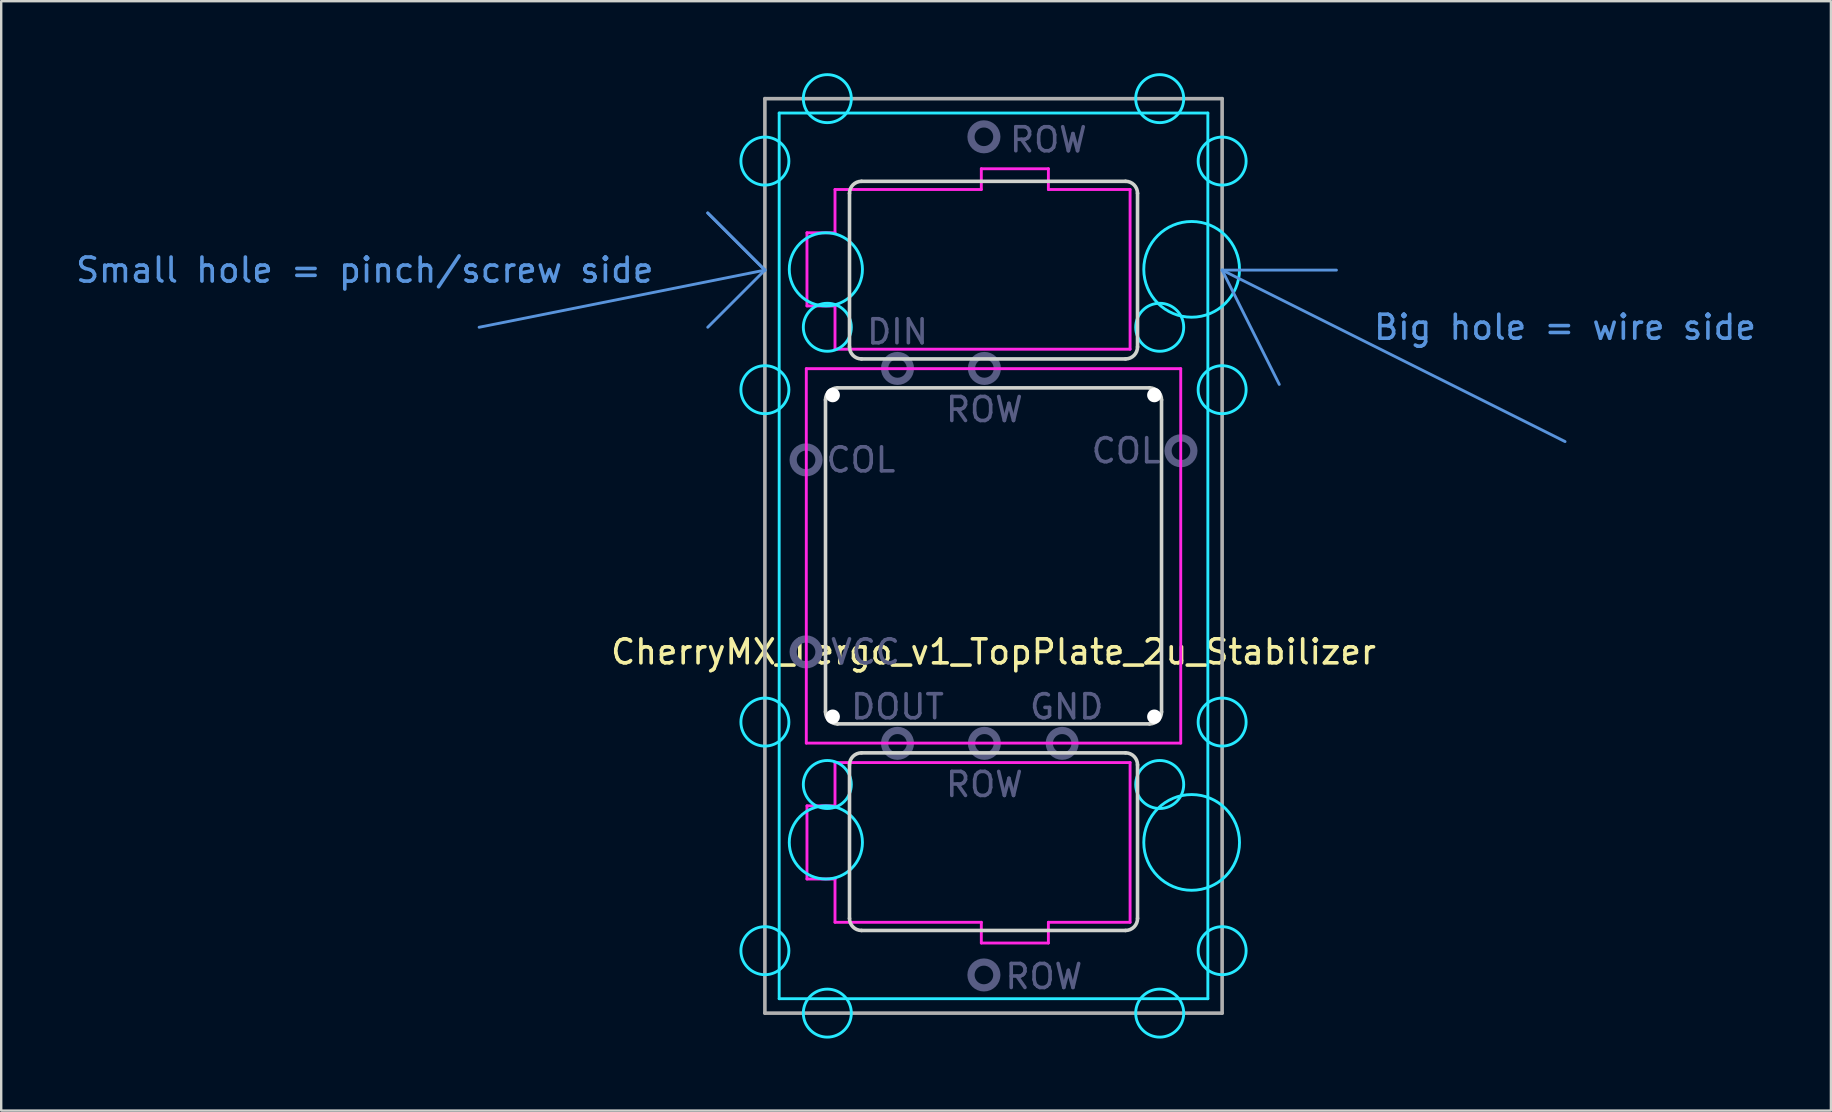
<source format=kicad_pcb>
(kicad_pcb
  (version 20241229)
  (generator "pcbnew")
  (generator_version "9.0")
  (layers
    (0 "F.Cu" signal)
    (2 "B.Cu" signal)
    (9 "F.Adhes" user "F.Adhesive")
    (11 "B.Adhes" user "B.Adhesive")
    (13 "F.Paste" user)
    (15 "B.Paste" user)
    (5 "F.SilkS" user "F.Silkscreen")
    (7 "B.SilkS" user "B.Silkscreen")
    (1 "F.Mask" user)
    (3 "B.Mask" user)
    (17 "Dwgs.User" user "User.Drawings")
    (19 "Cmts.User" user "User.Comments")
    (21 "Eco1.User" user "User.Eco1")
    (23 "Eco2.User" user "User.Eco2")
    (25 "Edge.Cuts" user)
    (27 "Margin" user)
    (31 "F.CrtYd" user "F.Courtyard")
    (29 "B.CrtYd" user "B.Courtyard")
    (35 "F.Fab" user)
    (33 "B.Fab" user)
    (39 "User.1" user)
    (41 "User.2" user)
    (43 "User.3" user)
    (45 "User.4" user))
  (footprint "CherryMX_Lergo_v1_TopPlate_2u_Stabilizer"
    (layer "F.Cu")
    (at 38.343 20.11)
    (property "Reference" "CherryMX_Lergo_v1_TopPlate_2u_Stabilizer" (at 0 4 0) (layer "F.SilkS") (effects (font (size 1 1) (thickness 0.15))))
    (attr through_hole)
    (fp_line (start -21.431 -9.525) (end -9.525 -11.906) (stroke (width 0.12) (type solid)) (layer "Cmts.User"))
    (fp_line (start -11.906 -14.287) (end -9.525 -11.906) (stroke (width 0.12) (type solid)) (layer "Cmts.User"))
    (fp_line (start -9.525 -11.906) (end -11.906 -14.287) (stroke (width 0.12) (type solid)) (layer "Cmts.User"))
    (fp_line (start -9.525 -11.906) (end -11.906 -9.525) (stroke (width 0.12) (type solid)) (layer "Cmts.User"))
    (fp_line (start 9.525 -11.906) (end 11.906 -7.144) (stroke (width 0.12) (type solid)) (layer "Cmts.User"))
    (fp_line (start 9.525 -11.906) (end 14.287 -11.906) (stroke (width 0.12) (type solid)) (layer "Cmts.User"))
    (fp_line (start 9.525 -11.906) (end 23.812 -4.763) (stroke (width 0.12) (type solid)) (layer "Cmts.User"))
    (fp_line (start -8.75 -10.44) (end -8.75 -13.44) (stroke (width 0.12) (type solid)) (layer "Eco1.User"))
    (fp_line (start -8.75 10.44) (end -8.75 13.44) (stroke (width 0.12) (type solid)) (layer "Eco1.User"))
    (fp_line (start -7.5 -13.94) (end -8.25 -13.94) (stroke (width 0.12) (type solid)) (layer "Eco1.User"))
    (fp_line (start -7.5 -9.94) (end -8.25 -9.94) (stroke (width 0.12) (type solid)) (layer "Eco1.User"))
    (fp_line (start -7.5 9.94) (end -8.25 9.94) (stroke (width 0.12) (type solid)) (layer "Eco1.User"))
    (fp_line (start -7.5 13.94) (end -8.25 13.94) (stroke (width 0.12) (type solid)) (layer "Eco1.User"))
    (fp_line (start -7 -16.025) (end -7 -14.44) (stroke (width 0.12) (type solid)) (layer "Eco1.User"))
    (fp_line (start -7 -9.44) (end -7 9.44) (stroke (width 0.12) (type solid)) (layer "Eco1.User"))
    (fp_line (start -7 16.025) (end -7 14.44) (stroke (width 0.12) (type solid)) (layer "Eco1.User"))
    (fp_line (start -6.5 16.525) (end 10.25 16.525) (stroke (width 0.12) (type solid)) (layer "Eco1.User"))
    (fp_line (start 7 6.855) (end 7 -6.855) (stroke (width 0.12) (type solid)) (layer "Eco1.User"))
    (fp_line (start 10.25 -16.525) (end -6.5 -16.525) (stroke (width 0.12) (type solid)) (layer "Eco1.User"))
    (fp_line (start 10.25 -7.355) (end 7.5 -7.355) (stroke (width 0.12) (type solid)) (layer "Eco1.User"))
    (fp_line (start 10.25 7.355) (end 7.5 7.355) (stroke (width 0.12) (type solid)) (layer "Eco1.User"))
    (fp_line (start 10.75 -16.025) (end 10.75 -7.855) (stroke (width 0.12) (type solid)) (layer "Eco1.User"))
    (fp_line (start 10.75 16.025) (end 10.75 7.855) (stroke (width 0.12) (type solid)) (layer "Eco1.User"))
    (fp_arc (start -8.75 -13.44) (mid -8.603553 -13.793553) (end -8.25 -13.94) (stroke (width 0.12) (type solid)) (layer "Eco1.User"))
    (fp_arc (start -8.75 10.44) (mid -8.603553 10.086447) (end -8.25 9.94) (stroke (width 0.12) (type solid)) (layer "Eco1.User"))
    (fp_arc (start -8.25 -9.94) (mid -8.603553 -10.086447) (end -8.75 -10.44) (stroke (width 0.12) (type solid)) (layer "Eco1.User"))
    (fp_arc (start -8.25 13.94) (mid -8.603553 13.793553) (end -8.75 13.44) (stroke (width 0.12) (type solid)) (layer "Eco1.User"))
    (fp_arc (start -7.5 -9.94) (mid -7.146447 -9.793553) (end -7 -9.44) (stroke (width 0.12) (type solid)) (layer "Eco1.User"))
    (fp_arc (start -7.5 13.94) (mid -7.146447 14.086447) (end -7 14.44) (stroke (width 0.12) (type solid)) (layer "Eco1.User"))
    (fp_arc (start -7 -16.025) (mid -6.853553 -16.378553) (end -6.5 -16.525) (stroke (width 0.12) (type solid)) (layer "Eco1.User"))
    (fp_arc (start -7 -14.44) (mid -7.146447 -14.086447) (end -7.5 -13.94) (stroke (width 0.12) (type solid)) (layer "Eco1.User"))
    (fp_arc (start -7 9.44) (mid -7.146447 9.793553) (end -7.5 9.94) (stroke (width 0.12) (type solid)) (layer "Eco1.User"))
    (fp_arc (start -6.5 16.525) (mid -6.853553 16.378553) (end -7 16.025) (stroke (width 0.12) (type solid)) (layer "Eco1.User"))
    (fp_arc (start 7 -6.855) (mid 7.146447 -7.208553) (end 7.5 -7.355) (stroke (width 0.12) (type solid)) (layer "Eco1.User"))
    (fp_arc (start 7.5 7.355) (mid 7.146447 7.208553) (end 7 6.855) (stroke (width 0.12) (type solid)) (layer "Eco1.User"))
    (fp_arc (start 10.25 -16.525) (mid 10.603553 -16.378553) (end 10.75 -16.025) (stroke (width 0.12) (type solid)) (layer "Eco1.User"))
    (fp_arc (start 10.25 7.355) (mid 10.603553 7.501447) (end 10.75 7.855) (stroke (width 0.12) (type solid)) (layer "Eco1.User"))
    (fp_arc (start 10.75 -7.855) (mid 10.603553 -7.501447) (end 10.25 -7.355) (stroke (width 0.12) (type solid)) (layer "Eco1.User"))
    (fp_arc (start 10.75 16.025) (mid 10.603553 16.378553) (end 10.25 16.525) (stroke (width 0.12) (type solid)) (layer "Eco1.User"))
    (fp_line (start -7 -6.5) (end -7 6.5) (stroke (width 0.15) (type solid)) (layer "Edge.Cuts"))
    (fp_line (start -6.5 7) (end 6.5 7) (stroke (width 0.15) (type solid)) (layer "Edge.Cuts"))
    (fp_line (start -6 -15.106) (end -6 -8.706) (stroke (width 0.15) (type solid)) (layer "Edge.Cuts"))
    (fp_line (start -6 8.706) (end -6 15.106) (stroke (width 0.15) (type solid)) (layer "Edge.Cuts"))
    (fp_line (start 5.5 -15.606) (end -5.5 -15.606) (stroke (width 0.15) (type solid)) (layer "Edge.Cuts"))
    (fp_line (start 5.5 -8.206) (end -5.5 -8.206) (stroke (width 0.15) (type solid)) (layer "Edge.Cuts"))
    (fp_line (start 5.5 8.206) (end -5.5 8.206) (stroke (width 0.15) (type solid)) (layer "Edge.Cuts"))
    (fp_line (start 5.5 15.606) (end -5.5 15.606) (stroke (width 0.15) (type solid)) (layer "Edge.Cuts"))
    (fp_line (start 6 -15.106) (end 6 -8.706) (stroke (width 0.15) (type solid)) (layer "Edge.Cuts"))
    (fp_line (start 6 8.706) (end 6 15.106) (stroke (width 0.15) (type solid)) (layer "Edge.Cuts"))
    (fp_line (start 6.5 -7) (end -6.5 -7) (stroke (width 0.15) (type solid)) (layer "Edge.Cuts"))
    (fp_line (start 7 6.5) (end 7 -6.5) (stroke (width 0.15) (type solid)) (layer "Edge.Cuts"))
    (fp_arc (start -7 -6.5) (mid -6.853553 -6.853553) (end -6.5 -7) (stroke (width 0.15) (type solid)) (layer "Edge.Cuts"))
    (fp_arc (start -6.5 7) (mid -6.853553 6.853553) (end -7 6.5) (stroke (width 0.15) (type solid)) (layer "Edge.Cuts"))
    (fp_arc (start -6.000008 -15.10625) (mid -5.853561 -15.459803) (end -5.500008 -15.60625) (stroke (width 0.15) (type solid)) (layer "Edge.Cuts"))
    (fp_arc (start -6.000008 8.70625) (mid -5.853561 8.352697) (end -5.500008 8.20625) (stroke (width 0.15) (type solid)) (layer "Edge.Cuts"))
    (fp_arc (start -5.500008 -8.20625) (mid -5.853561 -8.352697) (end -6.000008 -8.70625) (stroke (width 0.15) (type solid)) (layer "Edge.Cuts"))
    (fp_arc (start -5.500008 15.60625) (mid -5.853561 15.459803) (end -6.000008 15.10625) (stroke (width 0.15) (type solid)) (layer "Edge.Cuts"))
    (fp_arc (start 5.5 -15.60625) (mid 5.853553 -15.459803) (end 6 -15.10625) (stroke (width 0.15) (type solid)) (layer "Edge.Cuts"))
    (fp_arc (start 5.5 8.20625) (mid 5.853553 8.352697) (end 6 8.70625) (stroke (width 0.15) (type solid)) (layer "Edge.Cuts"))
    (fp_arc (start 6 -8.70625) (mid 5.853553 -8.352697) (end 5.5 -8.20625) (stroke (width 0.15) (type solid)) (layer "Edge.Cuts"))
    (fp_arc (start 6 15.10625) (mid 5.853553 15.459803) (end 5.5 15.60625) (stroke (width 0.15) (type solid)) (layer "Edge.Cuts"))
    (fp_arc (start 6.5 -7) (mid 6.853553 -6.853553) (end 7 -6.5) (stroke (width 0.15) (type solid)) (layer "Edge.Cuts"))
    (fp_arc (start 7 6.5) (mid 6.853553 6.853553) (end 6.5 7) (stroke (width 0.15) (type solid)) (layer "Edge.Cuts"))
    (fp_line (start -8.93 -18.45) (end 8.93 -18.45) (stroke (width 0.12) (type solid)) (layer "B.CrtYd"))
    (fp_line (start -8.93 18.45) (end -8.93 -18.45) (stroke (width 0.12) (type solid)) (layer "B.CrtYd"))
    (fp_line (start 8.93 -18.45) (end 8.93 18.45) (stroke (width 0.12) (type solid)) (layer "B.CrtYd"))
    (fp_line (start 8.93 18.45) (end -8.93 18.45) (stroke (width 0.12) (type solid)) (layer "B.CrtYd"))
    (fp_circle (center -9.525 -16.449) (end -8.525 -16.449) (stroke (width 0.12) (type solid)) (fill no) (layer "B.CrtYd"))
    (fp_circle (center -9.525 -6.924) (end -8.525 -6.924) (stroke (width 0.12) (type solid)) (fill no) (layer "B.CrtYd"))
    (fp_circle (center -9.525 6.924) (end -8.525 6.924) (stroke (width 0.12) (type solid)) (fill no) (layer "B.CrtYd"))
    (fp_circle (center -9.525 16.449) (end -10.525 16.449) (stroke (width 0.12) (type solid)) (fill no) (layer "B.CrtYd"))
    (fp_circle (center -6.985 -11.938) (end -5.461 -11.938) (stroke (width 0.12) (type solid)) (fill no) (layer "B.CrtYd"))
    (fp_circle (center -6.985 11.938) (end -5.461 11.938) (stroke (width 0.12) (type solid)) (fill no) (layer "B.CrtYd"))
    (fp_circle (center -6.924 -19.05) (end -5.924 -19.05) (stroke (width 0.12) (type solid)) (fill no) (layer "B.CrtYd"))
    (fp_circle (center -6.924 -9.525) (end -5.924 -9.525) (stroke (width 0.12) (type solid)) (fill no) (layer "B.CrtYd"))
    (fp_circle (center -6.924 9.525) (end -5.924 9.525) (stroke (width 0.12) (type solid)) (fill no) (layer "B.CrtYd"))
    (fp_circle (center -6.924 19.05) (end -5.924 19.05) (stroke (width 0.12) (type solid)) (fill no) (layer "B.CrtYd"))
    (fp_circle (center 6.924 -19.05) (end 7.924 -19.05) (stroke (width 0.12) (type solid)) (fill no) (layer "B.CrtYd"))
    (fp_circle (center 6.924 -9.525) (end 7.924 -9.525) (stroke (width 0.12) (type solid)) (fill no) (layer "B.CrtYd"))
    (fp_circle (center 6.924 9.525) (end 7.924 9.525) (stroke (width 0.12) (type solid)) (fill no) (layer "B.CrtYd"))
    (fp_circle (center 6.924 19.05) (end 7.924 19.05) (stroke (width 0.12) (type solid)) (fill no) (layer "B.CrtYd"))
    (fp_circle (center 8.255 -11.938) (end 10.249 -11.938) (stroke (width 0.12) (type solid)) (fill no) (layer "B.CrtYd"))
    (fp_circle (center 8.255 11.938) (end 10.249 11.938) (stroke (width 0.12) (type solid)) (fill no) (layer "B.CrtYd"))
    (fp_circle (center 9.525 -16.449) (end 10.525 -16.449) (stroke (width 0.12) (type solid)) (fill no) (layer "B.CrtYd"))
    (fp_circle (center 9.525 -6.924) (end 10.525 -6.924) (stroke (width 0.12) (type solid)) (fill no) (layer "B.CrtYd"))
    (fp_circle (center 9.525 6.924) (end 10.525 6.924) (stroke (width 0.12) (type solid)) (fill no) (layer "B.CrtYd"))
    (fp_circle (center 9.525 16.449) (end 8.525 16.449) (stroke (width 0.12) (type solid)) (fill no) (layer "B.CrtYd"))
    (fp_line (start -7.8 -7.8) (end 7.8 -7.8) (stroke (width 0.12) (type solid)) (layer "F.CrtYd"))
    (fp_line (start -7.8 7.8) (end -7.8 -7.8) (stroke (width 0.12) (type solid)) (layer "F.CrtYd"))
    (fp_line (start -7.772 -13.462) (end -6.604 -13.462) (stroke (width 0.12) (type solid)) (layer "F.CrtYd"))
    (fp_line (start -7.772 -10.414) (end -7.772 -13.462) (stroke (width 0.12) (type solid)) (layer "F.CrtYd"))
    (fp_line (start -7.772 -10.414) (end -6.604 -10.414) (stroke (width 0.12) (type solid)) (layer "F.CrtYd"))
    (fp_line (start -7.772 10.414) (end -6.604 10.414) (stroke (width 0.12) (type solid)) (layer "F.CrtYd"))
    (fp_line (start -7.772 13.462) (end -7.772 10.414) (stroke (width 0.12) (type solid)) (layer "F.CrtYd"))
    (fp_line (start -7.772 13.462) (end -6.604 13.462) (stroke (width 0.12) (type solid)) (layer "F.CrtYd"))
    (fp_line (start -6.604 -15.265) (end -6.604 -13.462) (stroke (width 0.12) (type solid)) (layer "F.CrtYd"))
    (fp_line (start -6.604 -15.265) (end -0.508 -15.265) (stroke (width 0.12) (type solid)) (layer "F.CrtYd"))
    (fp_line (start -6.604 -8.611) (end -6.604 -10.414) (stroke (width 0.12) (type solid)) (layer "F.CrtYd"))
    (fp_line (start -6.604 -8.611) (end 5.69 -8.611) (stroke (width 0.12) (type solid)) (layer "F.CrtYd"))
    (fp_line (start -6.604 8.611) (end -6.604 10.414) (stroke (width 0.12) (type solid)) (layer "F.CrtYd"))
    (fp_line (start -6.604 8.611) (end 5.69 8.611) (stroke (width 0.12) (type solid)) (layer "F.CrtYd"))
    (fp_line (start -6.604 15.265) (end -6.604 13.462) (stroke (width 0.12) (type solid)) (layer "F.CrtYd"))
    (fp_line (start -6.604 15.265) (end -0.508 15.265) (stroke (width 0.12) (type solid)) (layer "F.CrtYd"))
    (fp_line (start -0.508 -16.129) (end 2.286 -16.129) (stroke (width 0.12) (type solid)) (layer "F.CrtYd"))
    (fp_line (start -0.508 -15.265) (end -0.508 -16.129) (stroke (width 0.12) (type solid)) (layer "F.CrtYd"))
    (fp_line (start -0.508 15.265) (end -0.508 16.129) (stroke (width 0.12) (type solid)) (layer "F.CrtYd"))
    (fp_line (start 2.286 -15.265) (end 2.286 -16.129) (stroke (width 0.12) (type solid)) (layer "F.CrtYd"))
    (fp_line (start 2.286 -15.265) (end 5.69 -15.265) (stroke (width 0.12) (type solid)) (layer "F.CrtYd"))
    (fp_line (start 2.286 15.265) (end 2.286 16.129) (stroke (width 0.12) (type solid)) (layer "F.CrtYd"))
    (fp_line (start 2.286 15.265) (end 5.69 15.265) (stroke (width 0.12) (type solid)) (layer "F.CrtYd"))
    (fp_line (start 2.286 16.129) (end -0.508 16.129) (stroke (width 0.12) (type solid)) (layer "F.CrtYd"))
    (fp_line (start 5.69 -8.611) (end 5.69 -15.265) (stroke (width 0.12) (type solid)) (layer "F.CrtYd"))
    (fp_line (start 5.69 15.265) (end 5.69 8.611) (stroke (width 0.12) (type solid)) (layer "F.CrtYd"))
    (fp_line (start 7.8 -7.8) (end 7.8 7.8) (stroke (width 0.12) (type solid)) (layer "F.CrtYd"))
    (fp_line (start 7.8 7.8) (end -7.8 7.8) (stroke (width 0.12) (type solid)) (layer "F.CrtYd"))
    (fp_circle (center -7.81 -4) (end -7.272 -4) (stroke (width 0.3) (type solid)) (fill no) (layer "B.Fab"))
    (fp_circle (center -7.81 4) (end -7.272 4) (stroke (width 0.3) (type solid)) (fill no) (layer "B.Fab"))
    (fp_circle (center -4 -7.81) (end -3.462 -7.81) (stroke (width 0.3) (type solid)) (fill no) (layer "B.Fab"))
    (fp_circle (center -4 7.81) (end -3.462 7.81) (stroke (width 0.3) (type solid)) (fill no) (layer "B.Fab"))
    (fp_circle (center -0.4 -17.46) (end 0.138 -17.46) (stroke (width 0.3) (type solid)) (fill no) (layer "B.Fab"))
    (fp_circle (center -0.4 17.46) (end 0.138 17.46) (stroke (width 0.3) (type solid)) (fill no) (layer "B.Fab"))
    (fp_circle (center -0.38 -7.81) (end 0.158 -7.81) (stroke (width 0.3) (type solid)) (fill no) (layer "B.Fab"))
    (fp_circle (center -0.38 7.81) (end 0.158 7.81) (stroke (width 0.3) (type solid)) (fill no) (layer "B.Fab"))
    (fp_circle (center 2.86 7.81) (end 3.397 7.81) (stroke (width 0.3) (type solid)) (fill no) (layer "B.Fab"))
    (fp_circle (center 7.81 -4.38) (end 8.348 -4.38) (stroke (width 0.3) (type solid)) (fill no) (layer "B.Fab"))
    (fp_line (start -9.525 -19.05) (end -9.525 19.05) (stroke (width 0.15) (type solid)) (layer "F.Fab"))
    (fp_line (start -9.525 19.05) (end 9.525 19.05) (stroke (width 0.15) (type solid)) (layer "F.Fab"))
    (fp_line (start 9.525 -19.05) (end -9.525 -19.05) (stroke (width 0.15) (type solid)) (layer "F.Fab"))
    (fp_line (start 9.525 19.05) (end 9.525 -19.05) (stroke (width 0.15) (type solid)) (layer "F.Fab"))
    (fp_text user "Big hole = wire side" (at 23.812 -9.525 0) (layer "Cmts.User") (effects (font (size 1 1) (thickness 0.15))))
    (fp_text user "Small hole = pinch/screw side" (at -26.194 -11.906 0) (layer "Cmts.User") (effects (font (size 1 1) (thickness 0.15))))
    (fp_text user "GND" (at 3.048 6.287 0) (layer "B.Fab") (effects (font (size 1 1) (thickness 0.15))))
    (fp_text user "ROW" (at 2.286 -17.335 0) (layer "B.Fab") (effects (font (size 1 1) (thickness 0.15))))
    (fp_text user "DOUT" (at -4 6.287 0) (layer "B.Fab") (effects (font (size 1 1) (thickness 0.15))))
    (fp_text user "DIN" (at -4 -9.335 0) (layer "B.Fab") (effects (font (size 1 1) (thickness 0.15))))
    (fp_text user "COL" (at -5.524 -4 0) (layer "B.Fab") (effects (font (size 1 1) (thickness 0.15))))
    (fp_text user "ROW" (at -0.381 -6.096 0) (layer "B.Fab") (effects (font (size 1 1) (thickness 0.15))))
    (fp_text user "ROW" (at 2.095 17.526 0) (layer "B.Fab") (effects (font (size 1 1) (thickness 0.15))))
    (fp_text user "VCC" (at -5.334 4 0) (layer "B.Fab") (effects (font (size 1 1) (thickness 0.15))))
    (fp_text user "COL" (at 5.524 -4.381 0) (layer "B.Fab") (effects (font (size 1 1) (thickness 0.15))))
    (fp_text user "ROW" (at -0.381 9.525 0) (layer "B.Fab") (effects (font (size 1 1) (thickness 0.15))))
    (pad "" np_thru_hole circle (at -6.7 -6.7) (size 0.6 0.6) (drill 0.6) (layers "*.Cu"))
    (pad "" np_thru_hole circle (at -6.7 6.7) (size 0.6 0.6) (drill 0.6) (layers "*.Cu"))
    (pad "" np_thru_hole circle (at 6.7 -6.7) (size 0.6 0.6) (drill 0.6) (layers "*.Cu"))
    (pad "" np_thru_hole circle (at 6.7 6.7) (size 0.6 0.6) (drill 0.6) (layers "*.Cu")))
  (gr_rect
    (start -3 -3)
    (end 73.232 43.22)
    (stroke (width 0.1) (type default))
    (fill no)
    (layer "Edge.Cuts")))
</source>
